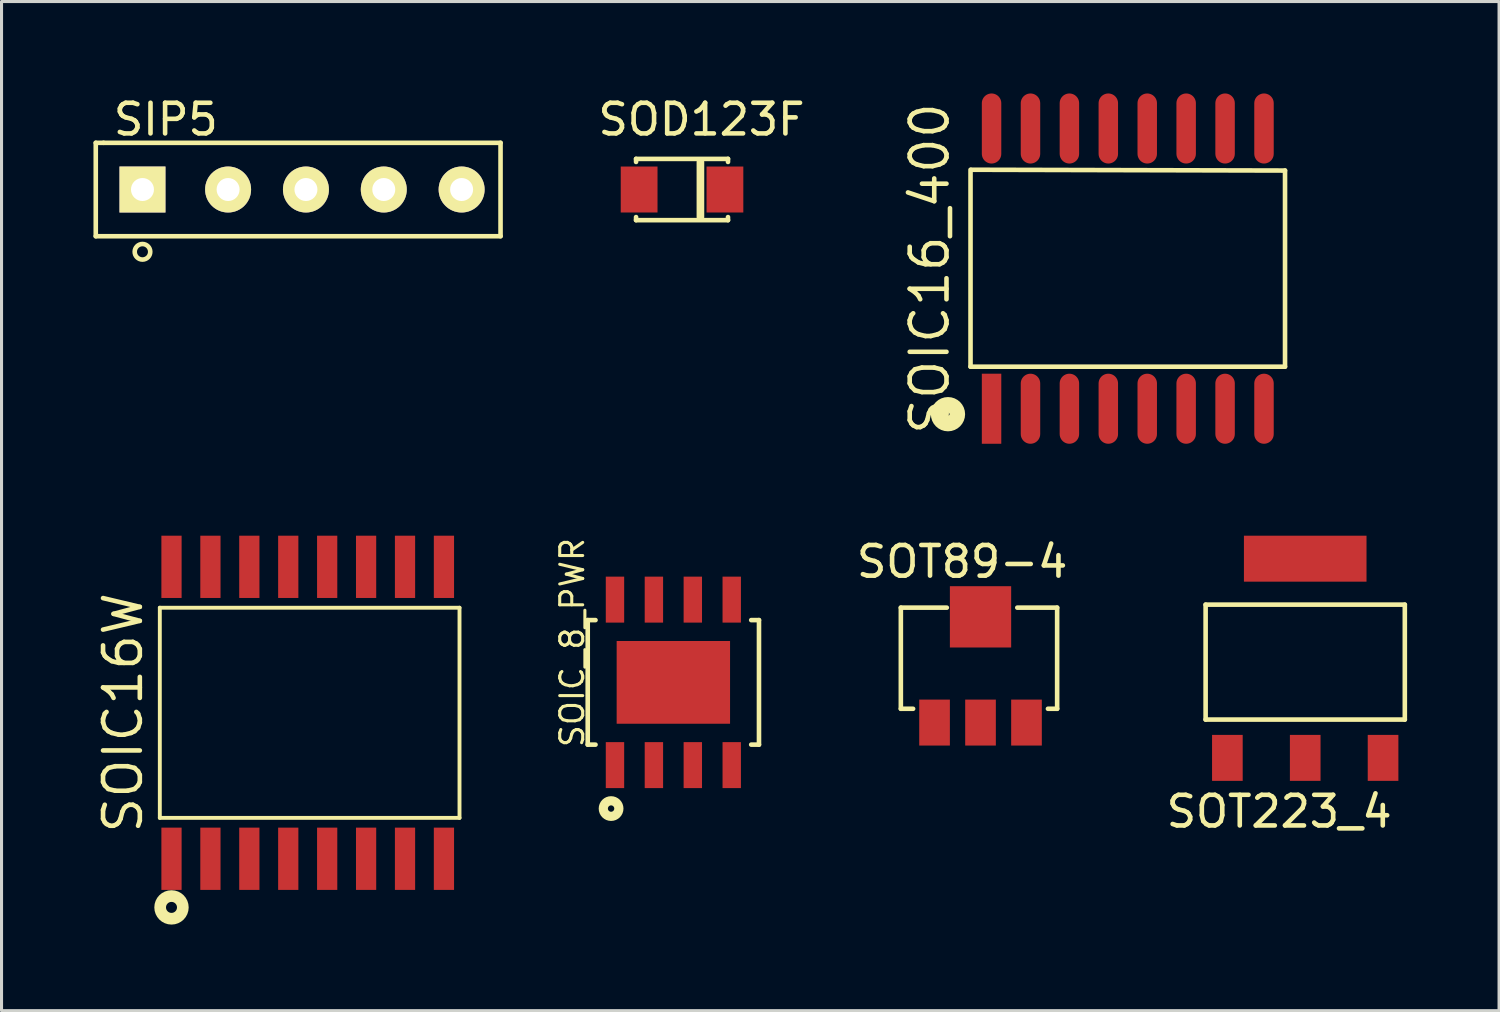
<source format=kicad_pcb>
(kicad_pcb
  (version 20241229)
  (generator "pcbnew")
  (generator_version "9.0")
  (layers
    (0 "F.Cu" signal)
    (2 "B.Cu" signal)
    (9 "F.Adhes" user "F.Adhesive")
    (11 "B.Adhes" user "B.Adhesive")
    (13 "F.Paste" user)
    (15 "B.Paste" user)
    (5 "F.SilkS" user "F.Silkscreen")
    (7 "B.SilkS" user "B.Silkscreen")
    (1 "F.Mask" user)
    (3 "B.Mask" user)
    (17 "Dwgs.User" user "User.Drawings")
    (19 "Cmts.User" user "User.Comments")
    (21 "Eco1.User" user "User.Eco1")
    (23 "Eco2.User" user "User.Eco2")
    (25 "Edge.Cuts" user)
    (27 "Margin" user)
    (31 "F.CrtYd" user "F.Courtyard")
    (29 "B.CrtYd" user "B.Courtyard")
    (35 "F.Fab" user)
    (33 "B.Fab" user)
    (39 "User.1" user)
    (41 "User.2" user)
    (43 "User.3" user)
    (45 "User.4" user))
  (footprint "SOT223_4"
    (layer "F.Cu")
    (at 39.54 21.68)
    (property "Reference" "SOT223_4" (at -0.85 1.75 0) (layer "F.SilkS") (effects (font (size 1 1) (thickness 0.15))))
    (attr through_hole)
    (fp_line (start -3.25 -5) (end 3.25 -5) (stroke (width 0.15) (type solid)) (layer "F.SilkS"))
    (fp_line (start -3.25 -1.25) (end -3.25 -5) (stroke (width 0.15) (type solid)) (layer "F.SilkS"))
    (fp_line (start 3.25 -5) (end 3.25 -1.25) (stroke (width 0.15) (type solid)) (layer "F.SilkS"))
    (fp_line (start 3.25 -1.25) (end -3.25 -1.25) (stroke (width 0.15) (type solid)) (layer "F.SilkS"))
    (pad "1" smd rect (at -2.54 0) (size 1 1.5) (layers "F.Cu" "F.Mask" "F.Paste"))
    (pad "2" smd rect (at 0 0) (size 1 1.5) (layers "F.Cu" "F.Mask" "F.Paste"))
    (pad "3" smd rect (at 2.54 0) (size 1 1.5) (layers "F.Cu" "F.Mask" "F.Paste"))
    (pad "4" smd rect (at 0 -6.5) (size 4 1.5) (layers "F.Cu" "F.Mask" "F.Paste")))
  (footprint "SOT89-4"
    (layer "F.Cu")
    (at 28.945 17.078)
    (property "Reference" "SOT89-4" (at -0.6 -1.8 0) (layer "F.SilkS") (effects (font (size 1 1) (thickness 0.15))))
    (attr through_hole)
    (fp_line (start -2.6 -0.3) (end -2.6 3) (stroke (width 0.15) (type solid)) (layer "F.SilkS"))
    (fp_line (start -2.6 3) (end -2.2 3) (stroke (width 0.15) (type solid)) (layer "F.SilkS"))
    (fp_line (start -1.1 -0.3) (end -2.6 -0.3) (stroke (width 0.15) (type solid)) (layer "F.SilkS"))
    (fp_line (start 1.2 -0.3) (end 2.5 -0.3) (stroke (width 0.15) (type solid)) (layer "F.SilkS"))
    (fp_line (start 2.5 -0.3) (end 2.5 3) (stroke (width 0.15) (type solid)) (layer "F.SilkS"))
    (fp_line (start 2.5 3) (end 2.2 3) (stroke (width 0.15) (type solid)) (layer "F.SilkS"))
    (pad "1" smd trapezoid (at -1.5 3.45) (size 1 1.5) (layers "F.Cu" "F.Mask" "F.Paste"))
    (pad "2" smd trapezoid (at 0 3.45) (size 1 1.5) (layers "F.Cu" "F.Mask" "F.Paste"))
    (pad "3" smd trapezoid (at 1.5 3.45) (size 1 1.5) (layers "F.Cu" "F.Mask" "F.Paste"))
    (pad "4" smd trapezoid (at 0 0) (size 2 2) (layers "F.Cu" "F.Mask" "F.Paste")))
  (footprint "SOIC16W"
    (layer "F.Cu")
    (at 6.991 20.209)
    (property "Reference" "SOIC16W" (at -6.026 0 90) (layer "F.SilkS") (effects (font (size 1.2 1.2) (thickness 0.15))))
    (attr through_hole)
    (fp_line (start -4.826 -3.429) (end 4.953 -3.429) (stroke (width 0.127) (type solid)) (layer "F.SilkS"))
    (fp_line (start -4.826 3.429) (end -4.826 -3.429) (stroke (width 0.127) (type solid)) (layer "F.SilkS"))
    (fp_line (start 4.953 -3.429) (end 4.953 3.429) (stroke (width 0.127) (type solid)) (layer "F.SilkS"))
    (fp_line (start 4.953 3.429) (end -4.826 3.429) (stroke (width 0.127) (type solid)) (layer "F.SilkS"))
    (fp_circle (center -4.445 6.35) (end -4.318 6.477) (stroke (width 0.381) (type solid)) (fill no) (layer "F.SilkS"))
    (pad "1" smd rect (at -4.445 4.763) (size 0.66 2.032) (layers "F.Cu" "F.Mask" "F.Paste"))
    (pad "2" smd rect (at -3.175 4.763) (size 0.66 2.032) (layers "F.Cu" "F.Mask" "F.Paste"))
    (pad "3" smd rect (at -1.905 4.763) (size 0.66 2.032) (layers "F.Cu" "F.Mask" "F.Paste"))
    (pad "4" smd rect (at -0.635 4.763) (size 0.66 2.032) (layers "F.Cu" "F.Mask" "F.Paste"))
    (pad "5" smd rect (at 0.635 4.763) (size 0.66 2.032) (layers "F.Cu" "F.Mask" "F.Paste"))
    (pad "6" smd rect (at 1.905 4.763) (size 0.66 2.032) (layers "F.Cu" "F.Mask" "F.Paste"))
    (pad "7" smd rect (at 3.175 4.763) (size 0.66 2.032) (layers "F.Cu" "F.Mask" "F.Paste"))
    (pad "8" smd rect (at 4.445 4.763) (size 0.66 2.032) (layers "F.Cu" "F.Mask" "F.Paste"))
    (pad "9" smd rect (at 4.445 -4.763) (size 0.66 2.032) (layers "F.Cu" "F.Mask" "F.Paste"))
    (pad "10" smd rect (at 3.175 -4.763) (size 0.66 2.032) (layers "F.Cu" "F.Mask" "F.Paste"))
    (pad "11" smd rect (at 1.905 -4.763) (size 0.66 2.032) (layers "F.Cu" "F.Mask" "F.Paste"))
    (pad "12" smd rect (at 0.635 -4.763) (size 0.66 2.032) (layers "F.Cu" "F.Mask" "F.Paste"))
    (pad "13" smd rect (at -0.635 -4.763) (size 0.66 2.032) (layers "F.Cu" "F.Mask" "F.Paste"))
    (pad "14" smd rect (at -1.905 -4.763) (size 0.66 2.032) (layers "F.Cu" "F.Mask" "F.Paste"))
    (pad "15" smd rect (at -3.175 -4.763) (size 0.66 2.032) (layers "F.Cu" "F.Mask" "F.Paste"))
    (pad "16" smd rect (at -4.445 -4.763) (size 0.66 2.032) (layers "F.Cu" "F.Mask" "F.Paste")))
  (footprint "SOIC16_400"
    (layer "F.Cu")
    (at 33.75 5.715)
    (property "Reference" "SOIC16_400" (at -6.463 0 90) (layer "F.SilkS") (effects (font (size 1.2 1.2) (thickness 0.15))))
    (attr through_hole)
    (fp_line (start -5.131 3.2) (end -5.131 -3.226) (stroke (width 0.15) (type solid)) (layer "F.SilkS"))
    (fp_line (start -5.105 -3.226) (end 5.131 -3.2) (stroke (width 0.15) (type solid)) (layer "F.SilkS"))
    (fp_line (start 5.131 -3.2) (end 5.131 3.2) (stroke (width 0.15) (type solid)) (layer "F.SilkS"))
    (fp_line (start 5.131 3.2) (end -5.131 3.2) (stroke (width 0.15) (type solid)) (layer "F.SilkS"))
    (fp_circle (center -5.867 4.75) (end -5.563 4.775) (stroke (width 0.508) (type solid)) (fill no) (layer "F.SilkS"))
    (pad "1" smd rect (at -4.445 4.572) (size 0.635 2.286) (layers "F.Cu" "F.Mask" "F.Paste"))
    (pad "2" smd oval (at -3.175 4.572) (size 0.635 2.286) (layers "F.Cu" "F.Mask" "F.Paste"))
    (pad "3" smd oval (at -1.905 4.572) (size 0.635 2.286) (layers "F.Cu" "F.Mask" "F.Paste"))
    (pad "4" smd oval (at -0.635 4.572) (size 0.635 2.286) (layers "F.Cu" "F.Mask" "F.Paste"))
    (pad "5" smd oval (at 0.635 4.572) (size 0.635 2.286) (layers "F.Cu" "F.Mask" "F.Paste"))
    (pad "6" smd oval (at 1.905 4.572) (size 0.635 2.286) (layers "F.Cu" "F.Mask" "F.Paste"))
    (pad "7" smd oval (at 3.175 4.572) (size 0.635 2.286) (layers "F.Cu" "F.Mask" "F.Paste"))
    (pad "8" smd oval (at 4.445 4.572) (size 0.635 2.286) (layers "F.Cu" "F.Mask" "F.Paste"))
    (pad "9" smd oval (at 4.445 -4.572) (size 0.635 2.286) (layers "F.Cu" "F.Mask" "F.Paste"))
    (pad "10" smd oval (at 3.175 -4.572) (size 0.635 2.286) (layers "F.Cu" "F.Mask" "F.Paste"))
    (pad "11" smd oval (at 1.905 -4.572) (size 0.635 2.286) (layers "F.Cu" "F.Mask" "F.Paste"))
    (pad "12" smd oval (at 0.635 -4.572) (size 0.635 2.286) (layers "F.Cu" "F.Mask" "F.Paste"))
    (pad "13" smd oval (at -0.635 -4.572) (size 0.635 2.286) (layers "F.Cu" "F.Mask" "F.Paste"))
    (pad "14" smd oval (at -1.905 -4.572) (size 0.635 2.286) (layers "F.Cu" "F.Mask" "F.Paste"))
    (pad "15" smd oval (at -3.175 -4.572) (size 0.635 2.286) (layers "F.Cu" "F.Mask" "F.Paste"))
    (pad "16" smd oval (at -4.445 -4.572) (size 0.635 2.286) (layers "F.Cu" "F.Mask" "F.Paste")))
  (footprint "SIP5"
    (layer "F.Cu")
    (at 1.599 3.134)
    (property "Reference" "SIP5" (at 0.762 -2.286 0) (layer "F.SilkS") (effects (font (size 1 1) (thickness 0.15))))
    (attr through_hole)
    (fp_line (start -1.524 -1.524) (end -1.27 -1.524) (stroke (width 0.15) (type solid)) (layer "F.SilkS"))
    (fp_line (start -1.524 1.524) (end -1.524 -1.524) (stroke (width 0.15) (type solid)) (layer "F.SilkS"))
    (fp_line (start -1.27 -1.524) (end 11.684 -1.524) (stroke (width 0.15) (type solid)) (layer "F.SilkS"))
    (fp_line (start 11.684 -1.524) (end 11.684 1.524) (stroke (width 0.15) (type solid)) (layer "F.SilkS"))
    (fp_line (start 11.684 1.524) (end -1.524 1.524) (stroke (width 0.15) (type solid)) (layer "F.SilkS"))
    (fp_circle (center 0 2.032) (end 0.254 2.032) (stroke (width 0.15) (type solid)) (fill no) (layer "F.SilkS"))
    (pad "1" thru_hole rect (at 0 0) (size 1.5 1.5) (drill 0.75) (layers "*.Cu" "*.Mask" "F.SilkS"))
    (pad "2" thru_hole circle (at 2.794 0) (size 1.5 1.5) (drill 0.75) (layers "*.Cu" "*.Mask" "F.SilkS"))
    (pad "3" thru_hole circle (at 5.334 0) (size 1.5 1.5) (drill 0.75) (layers "*.Cu" "*.Mask" "F.SilkS"))
    (pad "4" thru_hole circle (at 7.874 0) (size 1.5 1.5) (drill 0.75) (layers "*.Cu" "*.Mask" "F.SilkS"))
    (pad "5" thru_hole circle (at 10.414 0) (size 1.5 1.5) (drill 0.75) (layers "*.Cu" "*.Mask" "F.SilkS")))
  (footprint "SOIC_8_PWR"
    (layer "F.Cu")
    (at 18.922 19.216)
    (property "Reference" "SOIC_8_PWR" (at -3.3 -1.3 90) (layer "F.SilkS") (effects (font (size 0.75 0.75) (thickness 0.1))))
    (attr through_hole)
    (fp_line (start -2.794 -2.032) (end -2.794 2.032) (stroke (width 0.15) (type solid)) (layer "F.SilkS"))
    (fp_line (start -2.794 2.032) (end -2.54 2.032) (stroke (width 0.15) (type solid)) (layer "F.SilkS"))
    (fp_line (start -2.54 -2.032) (end -2.794 -2.032) (stroke (width 0.15) (type solid)) (layer "F.SilkS"))
    (fp_line (start 2.54 -2.032) (end 2.794 -2.032) (stroke (width 0.15) (type solid)) (layer "F.SilkS"))
    (fp_line (start 2.794 -2.032) (end 2.794 2.032) (stroke (width 0.15) (type solid)) (layer "F.SilkS"))
    (fp_line (start 2.794 2.032) (end 2.54 2.032) (stroke (width 0.15) (type solid)) (layer "F.SilkS"))
    (fp_circle (center -2.032 4.118) (end -1.778 4.118) (stroke (width 0.3) (type solid)) (fill no) (layer "F.SilkS"))
    (pad "1" smd rect (at -1.905 2.7) (size 0.6 1.5) (layers "F.Cu" "F.Mask" "F.Paste"))
    (pad "2" smd rect (at -0.635 2.7) (size 0.6 1.5) (layers "F.Cu" "F.Mask" "F.Paste"))
    (pad "3" smd rect (at 0.635 2.7) (size 0.6 1.5) (layers "F.Cu" "F.Mask" "F.Paste"))
    (pad "4" smd rect (at 1.905 2.7) (size 0.6 1.5) (layers "F.Cu" "F.Mask" "F.Paste"))
    (pad "5" smd rect (at 1.905 -2.7) (size 0.6 1.5) (layers "F.Cu" "F.Mask" "F.Paste"))
    (pad "6" smd rect (at 0.635 -2.7) (size 0.6 1.5) (layers "F.Cu" "F.Mask" "F.Paste"))
    (pad "7" smd rect (at -0.635 -2.7) (size 0.6 1.5) (layers "F.Cu" "F.Mask" "F.Paste"))
    (pad "8" smd rect (at -1.905 -2.7) (size 0.6 1.5) (layers "F.Cu" "F.Mask" "F.Paste"))
    (pad "9" smd rect (at 0 0) (size 3.7 2.7) (layers "F.Cu" "F.Mask" "F.Paste")))
  (footprint "SOD123F"
    (layer "F.Cu")
    (at 19.205 3.134)
    (property "Reference" "SOD123F" (at 0.635 -2.286 0) (layer "F.SilkS") (effects (font (size 1 1) (thickness 0.15))))
    (attr through_hole)
    (fp_line (start -1.5 -1) (end 1.5 -1) (stroke (width 0.15) (type solid)) (layer "F.SilkS"))
    (fp_line (start -1.5 -0.9) (end -1.5 -1) (stroke (width 0.15) (type solid)) (layer "F.SilkS"))
    (fp_line (start -1.5 0.9) (end -1.5 1) (stroke (width 0.15) (type solid)) (layer "F.SilkS"))
    (fp_line (start -1.5 1) (end 1.5 1) (stroke (width 0.15) (type solid)) (layer "F.SilkS"))
    (fp_line (start 0.6 -0.9) (end 0.6 0.9) (stroke (width 0.25) (type solid)) (layer "F.SilkS"))
    (fp_line (start 1.5 -1) (end 1.5 -0.9) (stroke (width 0.15) (type solid)) (layer "F.SilkS"))
    (fp_line (start 1.5 1) (end 1.5 0.9) (stroke (width 0.15) (type solid)) (layer "F.SilkS"))
    (pad "A" smd rect (at -1.4 0) (size 1.2 1.5) (layers "F.Cu" "F.Mask" "F.Paste"))
    (pad "K" smd rect (at 1.4 0) (size 1.2 1.5) (layers "F.Cu" "F.Mask" "F.Paste")))
  (gr_rect
    (start -3 -3)
    (end 45.865 29.929)
    (stroke (width 0.1) (type default))
    (fill no)
    (layer "Edge.Cuts")))
</source>
